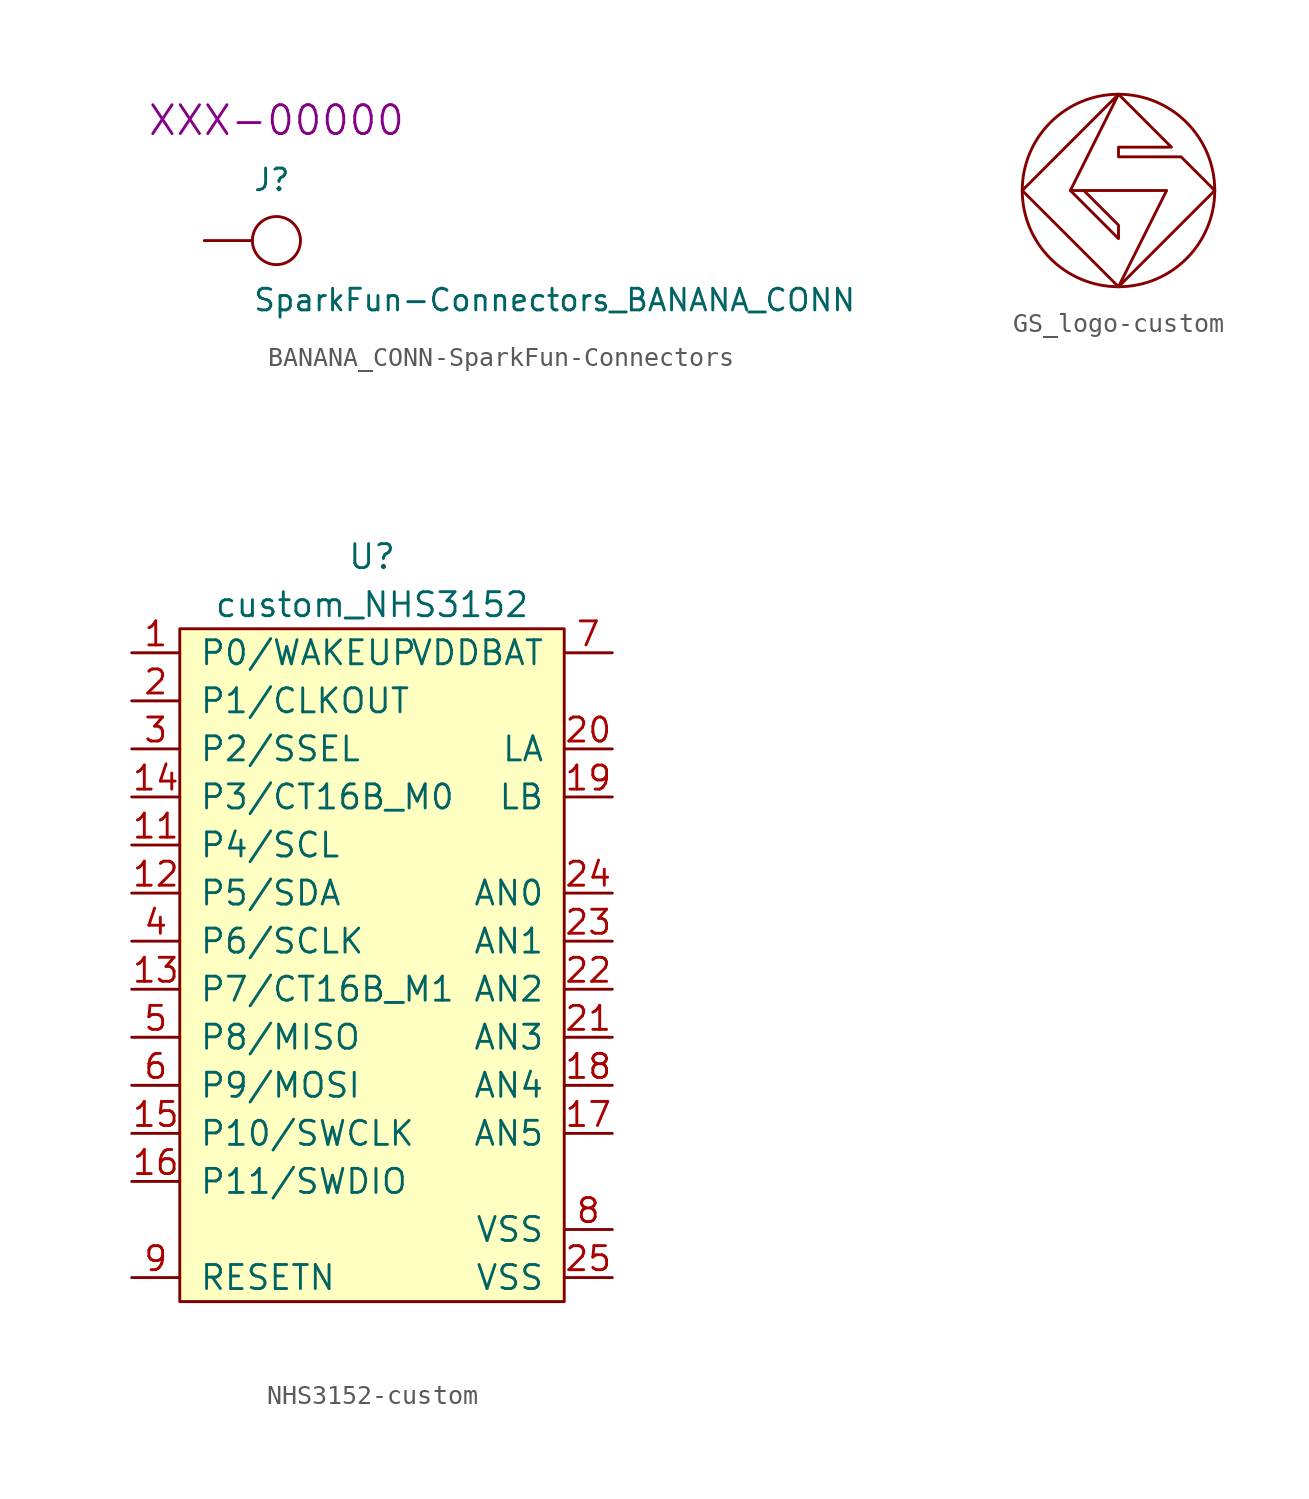
<source format=kicad_sym>
(kicad_symbol_lib
  (version 20220914)
  (generator kicad_symbol_editor)
  (symbol "BANANA_CONN-SparkFun-Connectors"
    (pin_numbers hide)
    (pin_names
      (offset 1.016) hide)
    (property "Reference" "J"
      (at -1.27 2.54 0)
      (effects (font (size 1.143 1.143)) (justify left bottom)))
    (property "Value" "SparkFun-Connectors_BANANA_CONN"
      (at -1.27 -3.81 0)
      (effects (font (size 1.143 1.143)) (justify left bottom)))
    (property "Field4" "XXX-00000"
      (at 0 6.35 0)
      (effects (font (size 1.524 1.524))))
    (property "ki_locked" ""
      (at 0 0 0)
      (effects (font (size 1.27 1.27))))
    (symbol "BANANA_CONN-SparkFun-Connectors_1_1"
      (circle (center 0 0) (radius 1.27) (stroke (width 0) (type solid)) (fill (type none)))
      (pin passive line (at -3.81 0 0) (length 2.54) (name "1" (effects (font (size 1.016 1.016)))) (number "1" (effects (font (size 1.016 1.016)))))))
  (symbol "GS_logo-custom"
    (pin_numbers hide)
    (pin_names
      (offset 0) hide)
    (property "Reference" "GS"
      (at 3.81 -5.08 0)
      (effects (font (size 1.27 1.27)) hide))
    (symbol "GS_logo-custom_0_1"
      (polyline (pts (xy 0 -5.08) (xy 5.08 0)) (stroke (width 0) (type solid)) (fill (type none)))
      (polyline (pts (xy -2.54 0) (xy 0 -2.54) (xy 0 -1.829) (xy -1.829 0)) (stroke (width 0) (type solid)) (fill (type none)))
      (polyline (pts (xy 0 5.08) (xy -5.08 0) (xy 0 -5.08) (xy 2.54 0) (xy -2.54 0) (xy 0 5.08)) (stroke (width 0) (type solid)) (fill (type none)))
      (polyline (pts (xy 5.08 0) (xy 3.302 1.778) (xy 0 1.778) (xy 0 2.286) (xy 2.794 2.286) (xy 0 5.08)) (stroke (width 0) (type solid)) (fill (type none)))
      (circle (center 0 0) (radius 5.08) (stroke (width 0) (type solid)) (fill (type none))))
    (symbol "GS_logo-custom_1_1"
      (pin unspecified line (at 0 0 90) (length 0) hide (name "GS" (effects (font (size 1.27 1.27)))) (number "1" (effects (font (size 1.27 1.27)))))))
  (symbol "NHS3152-custom"
    (pin_names
      (offset 1.016))
    (property "Reference" "U"
      (at 0 5.08 0)
      (effects (font (size 1.27 1.27))))
    (property "Value" "custom_NHS3152"
      (at 0 2.54 0)
      (effects (font (size 1.27 1.27))))
    (symbol "NHS3152-custom_0_1"
      (rectangle (start -10.16 1.27) (end 10.16 -34.29) (stroke (width 0) (type solid)) (fill (type background))))
    (symbol "NHS3152-custom_1_1"
      (pin bidirectional line (at -12.7 0 0) (length 2.54) (name "P0/WAKEUP" (effects (font (size 1.27 1.27)))) (number "1" (effects (font (size 1.27 1.27)))))
      (pin no_connect line (at -12.7 -30.48 0) (length 2.54) hide (name "reserved" (effects (font (size 1.27 1.27)))) (number "10" (effects (font (size 1.27 1.27)))))
      (pin bidirectional line (at -12.7 -10.16 0) (length 2.54) (name "P4/SCL" (effects (font (size 1.27 1.27)))) (number "11" (effects (font (size 1.27 1.27)))))
      (pin bidirectional line (at -12.7 -12.7 0) (length 2.54) (name "P5/SDA" (effects (font (size 1.27 1.27)))) (number "12" (effects (font (size 1.27 1.27)))))
      (pin bidirectional line (at -12.7 -17.78 0) (length 2.54) (name "P7/CT16B_M1" (effects (font (size 1.27 1.27)))) (number "13" (effects (font (size 1.27 1.27)))))
      (pin bidirectional line (at -12.7 -7.62 0) (length 2.54) (name "P3/CT16B_M0" (effects (font (size 1.27 1.27)))) (number "14" (effects (font (size 1.27 1.27)))))
      (pin bidirectional line (at -12.7 -25.4 0) (length 2.54) (name "P10/SWCLK" (effects (font (size 1.27 1.27)))) (number "15" (effects (font (size 1.27 1.27)))))
      (pin bidirectional line (at -12.7 -27.94 0) (length 2.54) (name "P11/SWDIO" (effects (font (size 1.27 1.27)))) (number "16" (effects (font (size 1.27 1.27)))))
      (pin bidirectional line (at 12.7 -25.4 180) (length 2.54) (name "AN5" (effects (font (size 1.27 1.27)))) (number "17" (effects (font (size 1.27 1.27)))))
      (pin bidirectional line (at 12.7 -22.86 180) (length 2.54) (name "AN4" (effects (font (size 1.27 1.27)))) (number "18" (effects (font (size 1.27 1.27)))))
      (pin bidirectional line (at 12.7 -7.62 180) (length 2.54) (name "LB" (effects (font (size 1.27 1.27)))) (number "19" (effects (font (size 1.27 1.27)))))
      (pin bidirectional line (at -12.7 -2.54 0) (length 2.54) (name "P1/CLKOUT" (effects (font (size 1.27 1.27)))) (number "2" (effects (font (size 1.27 1.27)))))
      (pin bidirectional line (at 12.7 -5.08 180) (length 2.54) (name "LA" (effects (font (size 1.27 1.27)))) (number "20" (effects (font (size 1.27 1.27)))))
      (pin bidirectional line (at 12.7 -20.32 180) (length 2.54) (name "AN3" (effects (font (size 1.27 1.27)))) (number "21" (effects (font (size 1.27 1.27)))))
      (pin bidirectional line (at 12.7 -17.78 180) (length 2.54) (name "AN2" (effects (font (size 1.27 1.27)))) (number "22" (effects (font (size 1.27 1.27)))))
      (pin bidirectional line (at 12.7 -15.24 180) (length 2.54) (name "AN1" (effects (font (size 1.27 1.27)))) (number "23" (effects (font (size 1.27 1.27)))))
      (pin bidirectional line (at 12.7 -12.7 180) (length 2.54) (name "AN0" (effects (font (size 1.27 1.27)))) (number "24" (effects (font (size 1.27 1.27)))))
      (pin power_in line (at 12.7 -33.02 180) (length 2.54) (name "VSS" (effects (font (size 1.27 1.27)))) (number "25" (effects (font (size 1.27 1.27)))))
      (pin bidirectional line (at -12.7 -5.08 0) (length 2.54) (name "P2/SSEL" (effects (font (size 1.27 1.27)))) (number "3" (effects (font (size 1.27 1.27)))))
      (pin bidirectional line (at -12.7 -15.24 0) (length 2.54) (name "P6/SCLK" (effects (font (size 1.27 1.27)))) (number "4" (effects (font (size 1.27 1.27)))))
      (pin bidirectional line (at -12.7 -20.32 0) (length 2.54) (name "P8/MISO" (effects (font (size 1.27 1.27)))) (number "5" (effects (font (size 1.27 1.27)))))
      (pin bidirectional line (at -12.7 -22.86 0) (length 2.54) (name "P9/MOSI" (effects (font (size 1.27 1.27)))) (number "6" (effects (font (size 1.27 1.27)))))
      (pin power_in line (at 12.7 0 180) (length 2.54) (name "VDDBAT" (effects (font (size 1.27 1.27)))) (number "7" (effects (font (size 1.27 1.27)))))
      (pin power_in line (at 12.7 -30.48 180) (length 2.54) (name "VSS" (effects (font (size 1.27 1.27)))) (number "8" (effects (font (size 1.27 1.27)))))
      (pin input line (at -12.7 -33.02 0) (length 2.54) (name "RESETN" (effects (font (size 1.27 1.27)))) (number "9" (effects (font (size 1.27 1.27))))))))
</source>
